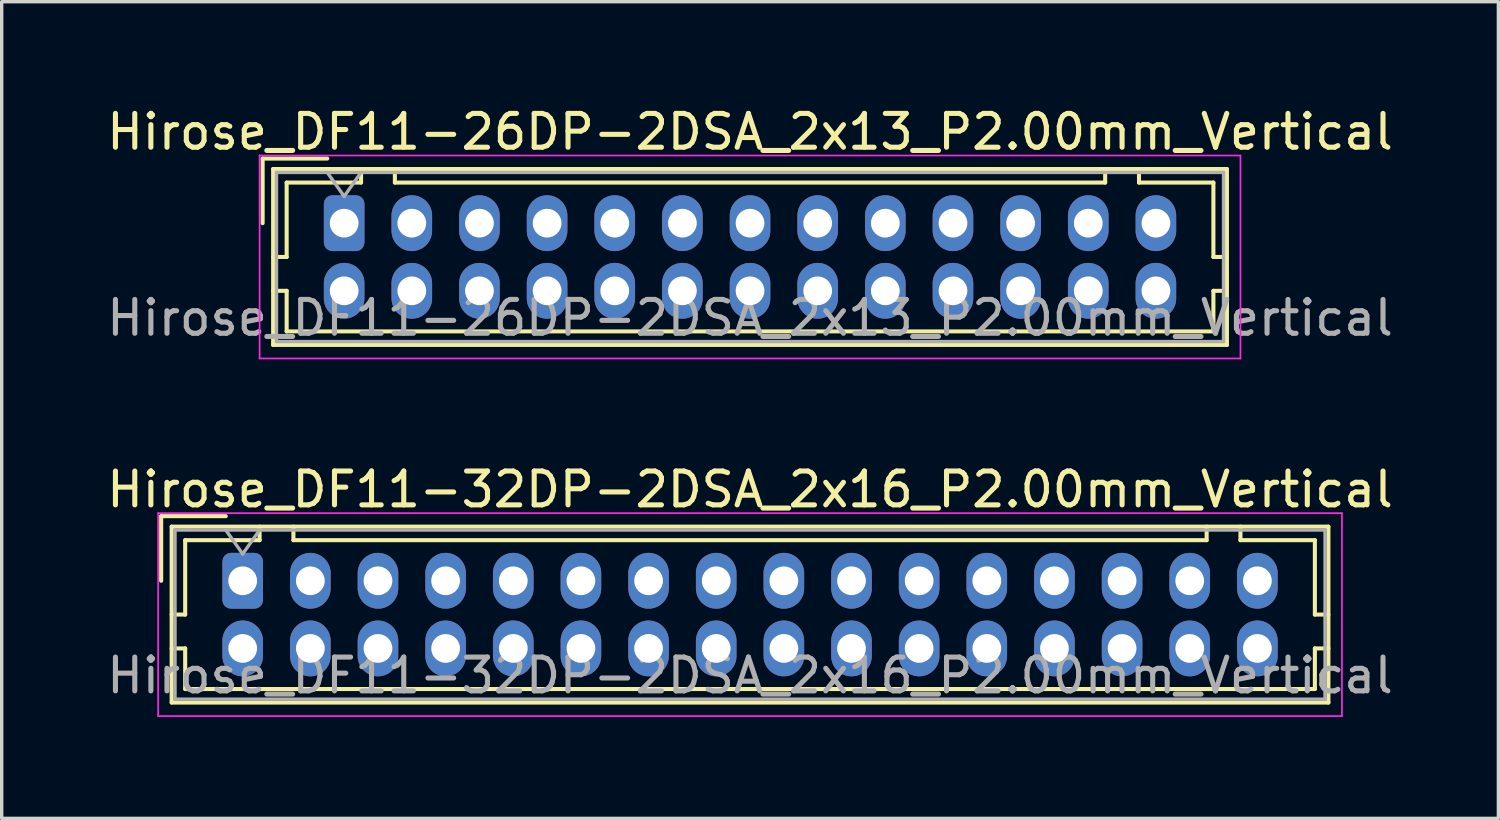
<source format=kicad_pcb>
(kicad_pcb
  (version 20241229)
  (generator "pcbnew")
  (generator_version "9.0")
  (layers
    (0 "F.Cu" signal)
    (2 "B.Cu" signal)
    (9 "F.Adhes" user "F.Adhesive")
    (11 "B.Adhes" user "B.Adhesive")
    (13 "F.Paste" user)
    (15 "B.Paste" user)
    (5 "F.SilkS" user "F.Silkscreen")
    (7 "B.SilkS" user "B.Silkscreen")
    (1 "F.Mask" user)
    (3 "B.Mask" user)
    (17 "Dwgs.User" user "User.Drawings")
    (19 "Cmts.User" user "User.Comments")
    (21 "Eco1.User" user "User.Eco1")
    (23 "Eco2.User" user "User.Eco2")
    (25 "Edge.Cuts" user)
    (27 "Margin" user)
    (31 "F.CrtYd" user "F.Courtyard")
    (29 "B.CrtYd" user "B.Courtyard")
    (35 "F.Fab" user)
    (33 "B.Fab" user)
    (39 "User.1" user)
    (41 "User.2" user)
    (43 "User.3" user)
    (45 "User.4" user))
  (footprint "Hirose_DF11-26DP-2DSA_2x13_P2.00mm_Vertical"
    (layer "F.Cu")
    (at 7.125 3.548)
    (property "Reference" "Hirose_DF11-26DP-2DSA_2x13_P2.00mm_Vertical" (at 12 -2.7 0) (layer "F.SilkS") (effects (font (size 1 1) (thickness 0.15))))
    (attr through_hole)
    (fp_line (start -2.41 -1.91) (end -0.5 -1.91) (stroke (width 0.12) (type solid)) (layer "F.SilkS"))
    (fp_line (start -2.41 0) (end -2.41 -1.91) (stroke (width 0.12) (type solid)) (layer "F.SilkS"))
    (fp_line (start -2.1 -1.6) (end -2.1 3.6) (stroke (width 0.12) (type solid)) (layer "F.SilkS"))
    (fp_line (start -2.1 1) (end -1.7 1) (stroke (width 0.12) (type solid)) (layer "F.SilkS"))
    (fp_line (start -2.1 2) (end -1.7 2) (stroke (width 0.12) (type solid)) (layer "F.SilkS"))
    (fp_line (start -2.1 3.6) (end 26.1 3.6) (stroke (width 0.12) (type solid)) (layer "F.SilkS"))
    (fp_line (start -1.7 -1.2) (end 0.5 -1.2) (stroke (width 0.12) (type solid)) (layer "F.SilkS"))
    (fp_line (start -1.7 1) (end -1.7 -1.2) (stroke (width 0.12) (type solid)) (layer "F.SilkS"))
    (fp_line (start -1.7 2) (end -1.7 3.2) (stroke (width 0.12) (type solid)) (layer "F.SilkS"))
    (fp_line (start -1.7 3.2) (end 25.7 3.2) (stroke (width 0.12) (type solid)) (layer "F.SilkS"))
    (fp_line (start 0.5 -1.2) (end 0.5 -1.6) (stroke (width 0.12) (type solid)) (layer "F.SilkS"))
    (fp_line (start 1.5 -1.6) (end 1.5 -1.2) (stroke (width 0.12) (type solid)) (layer "F.SilkS"))
    (fp_line (start 1.5 -1.2) (end 22.5 -1.2) (stroke (width 0.12) (type solid)) (layer "F.SilkS"))
    (fp_line (start 22.5 -1.2) (end 22.5 -1.6) (stroke (width 0.12) (type solid)) (layer "F.SilkS"))
    (fp_line (start 23.5 -1.2) (end 23.5 -1.6) (stroke (width 0.12) (type solid)) (layer "F.SilkS"))
    (fp_line (start 25.7 -1.2) (end 23.5 -1.2) (stroke (width 0.12) (type solid)) (layer "F.SilkS"))
    (fp_line (start 25.7 1) (end 25.7 -1.2) (stroke (width 0.12) (type solid)) (layer "F.SilkS"))
    (fp_line (start 25.7 2) (end 26.1 2) (stroke (width 0.12) (type solid)) (layer "F.SilkS"))
    (fp_line (start 25.7 3.2) (end 25.7 2) (stroke (width 0.12) (type solid)) (layer "F.SilkS"))
    (fp_line (start 26.1 -1.6) (end -2.1 -1.6) (stroke (width 0.12) (type solid)) (layer "F.SilkS"))
    (fp_line (start 26.1 1) (end 25.7 1) (stroke (width 0.12) (type solid)) (layer "F.SilkS"))
    (fp_line (start 26.1 3.6) (end 26.1 -1.6) (stroke (width 0.12) (type solid)) (layer "F.SilkS"))
    (fp_line (start -2.5 -2) (end -2.5 4) (stroke (width 0.05) (type solid)) (layer "F.CrtYd"))
    (fp_line (start -2.5 4) (end 26.5 4) (stroke (width 0.05) (type solid)) (layer "F.CrtYd"))
    (fp_line (start 26.5 -2) (end -2.5 -2) (stroke (width 0.05) (type solid)) (layer "F.CrtYd"))
    (fp_line (start 26.5 4) (end 26.5 -2) (stroke (width 0.05) (type solid)) (layer "F.CrtYd"))
    (fp_line (start -2 -1.5) (end -2 3.5) (stroke (width 0.1) (type solid)) (layer "F.Fab"))
    (fp_line (start -2 3.5) (end 26 3.5) (stroke (width 0.1) (type solid)) (layer "F.Fab"))
    (fp_line (start -0.5 -1.5) (end 0 -0.793) (stroke (width 0.1) (type solid)) (layer "F.Fab"))
    (fp_line (start 0 -0.793) (end 0.5 -1.5) (stroke (width 0.1) (type solid)) (layer "F.Fab"))
    (fp_line (start 26 -1.5) (end -2 -1.5) (stroke (width 0.1) (type solid)) (layer "F.Fab"))
    (fp_line (start 26 3.5) (end 26 -1.5) (stroke (width 0.1) (type solid)) (layer "F.Fab"))
    (fp_text user "${REFERENCE}" (at 12 2.8 0) (layer "F.Fab") (effects (font (size 1 1) (thickness 0.15))))
    (pad "1" thru_hole roundrect (at 0 0) (size 1.2 1.65) (drill 0.85) (layers "*.Cu" "*.Mask") (roundrect_rratio 0.208))
    (pad "2" thru_hole oval (at 0 2) (size 1.2 1.65) (drill 0.85) (layers "*.Cu" "*.Mask"))
    (pad "3" thru_hole oval (at 2 0) (size 1.2 1.65) (drill 0.85) (layers "*.Cu" "*.Mask"))
    (pad "4" thru_hole oval (at 2 2) (size 1.2 1.65) (drill 0.85) (layers "*.Cu" "*.Mask"))
    (pad "5" thru_hole oval (at 4 0) (size 1.2 1.65) (drill 0.85) (layers "*.Cu" "*.Mask"))
    (pad "6" thru_hole oval (at 4 2) (size 1.2 1.65) (drill 0.85) (layers "*.Cu" "*.Mask"))
    (pad "7" thru_hole oval (at 6 0) (size 1.2 1.65) (drill 0.85) (layers "*.Cu" "*.Mask"))
    (pad "8" thru_hole oval (at 6 2) (size 1.2 1.65) (drill 0.85) (layers "*.Cu" "*.Mask"))
    (pad "9" thru_hole oval (at 8 0) (size 1.2 1.65) (drill 0.85) (layers "*.Cu" "*.Mask"))
    (pad "10" thru_hole oval (at 8 2) (size 1.2 1.65) (drill 0.85) (layers "*.Cu" "*.Mask"))
    (pad "11" thru_hole oval (at 10 0) (size 1.2 1.65) (drill 0.85) (layers "*.Cu" "*.Mask"))
    (pad "12" thru_hole oval (at 10 2) (size 1.2 1.65) (drill 0.85) (layers "*.Cu" "*.Mask"))
    (pad "13" thru_hole oval (at 12 0) (size 1.2 1.65) (drill 0.85) (layers "*.Cu" "*.Mask"))
    (pad "14" thru_hole oval (at 12 2) (size 1.2 1.65) (drill 0.85) (layers "*.Cu" "*.Mask"))
    (pad "15" thru_hole oval (at 14 0) (size 1.2 1.65) (drill 0.85) (layers "*.Cu" "*.Mask"))
    (pad "16" thru_hole oval (at 14 2) (size 1.2 1.65) (drill 0.85) (layers "*.Cu" "*.Mask"))
    (pad "17" thru_hole oval (at 16 0) (size 1.2 1.65) (drill 0.85) (layers "*.Cu" "*.Mask"))
    (pad "18" thru_hole oval (at 16 2) (size 1.2 1.65) (drill 0.85) (layers "*.Cu" "*.Mask"))
    (pad "19" thru_hole oval (at 18 0) (size 1.2 1.65) (drill 0.85) (layers "*.Cu" "*.Mask"))
    (pad "20" thru_hole oval (at 18 2) (size 1.2 1.65) (drill 0.85) (layers "*.Cu" "*.Mask"))
    (pad "21" thru_hole oval (at 20 0) (size 1.2 1.65) (drill 0.85) (layers "*.Cu" "*.Mask"))
    (pad "22" thru_hole oval (at 20 2) (size 1.2 1.65) (drill 0.85) (layers "*.Cu" "*.Mask"))
    (pad "23" thru_hole oval (at 22 0) (size 1.2 1.65) (drill 0.85) (layers "*.Cu" "*.Mask"))
    (pad "24" thru_hole oval (at 22 2) (size 1.2 1.65) (drill 0.85) (layers "*.Cu" "*.Mask"))
    (pad "25" thru_hole oval (at 24 0) (size 1.2 1.65) (drill 0.85) (layers "*.Cu" "*.Mask"))
    (pad "26" thru_hole oval (at 24 2) (size 1.2 1.65) (drill 0.85) (layers "*.Cu" "*.Mask")))
  (footprint "Hirose_DF11-32DP-2DSA_2x16_P2.00mm_Vertical"
    (layer "F.Cu")
    (at 4.125 14.121)
    (property "Reference" "Hirose_DF11-32DP-2DSA_2x16_P2.00mm_Vertical" (at 15 -2.7 0) (layer "F.SilkS") (effects (font (size 1 1) (thickness 0.15))))
    (attr through_hole)
    (fp_line (start -2.41 -1.91) (end -0.5 -1.91) (stroke (width 0.12) (type solid)) (layer "F.SilkS"))
    (fp_line (start -2.41 0) (end -2.41 -1.91) (stroke (width 0.12) (type solid)) (layer "F.SilkS"))
    (fp_line (start -2.1 -1.6) (end -2.1 3.6) (stroke (width 0.12) (type solid)) (layer "F.SilkS"))
    (fp_line (start -2.1 1) (end -1.7 1) (stroke (width 0.12) (type solid)) (layer "F.SilkS"))
    (fp_line (start -2.1 2) (end -1.7 2) (stroke (width 0.12) (type solid)) (layer "F.SilkS"))
    (fp_line (start -2.1 3.6) (end 32.1 3.6) (stroke (width 0.12) (type solid)) (layer "F.SilkS"))
    (fp_line (start -1.7 -1.2) (end 0.5 -1.2) (stroke (width 0.12) (type solid)) (layer "F.SilkS"))
    (fp_line (start -1.7 1) (end -1.7 -1.2) (stroke (width 0.12) (type solid)) (layer "F.SilkS"))
    (fp_line (start -1.7 2) (end -1.7 3.2) (stroke (width 0.12) (type solid)) (layer "F.SilkS"))
    (fp_line (start -1.7 3.2) (end 31.7 3.2) (stroke (width 0.12) (type solid)) (layer "F.SilkS"))
    (fp_line (start 0.5 -1.2) (end 0.5 -1.6) (stroke (width 0.12) (type solid)) (layer "F.SilkS"))
    (fp_line (start 1.5 -1.6) (end 1.5 -1.2) (stroke (width 0.12) (type solid)) (layer "F.SilkS"))
    (fp_line (start 1.5 -1.2) (end 28.5 -1.2) (stroke (width 0.12) (type solid)) (layer "F.SilkS"))
    (fp_line (start 28.5 -1.2) (end 28.5 -1.6) (stroke (width 0.12) (type solid)) (layer "F.SilkS"))
    (fp_line (start 29.5 -1.2) (end 29.5 -1.6) (stroke (width 0.12) (type solid)) (layer "F.SilkS"))
    (fp_line (start 31.7 -1.2) (end 29.5 -1.2) (stroke (width 0.12) (type solid)) (layer "F.SilkS"))
    (fp_line (start 31.7 1) (end 31.7 -1.2) (stroke (width 0.12) (type solid)) (layer "F.SilkS"))
    (fp_line (start 31.7 2) (end 32.1 2) (stroke (width 0.12) (type solid)) (layer "F.SilkS"))
    (fp_line (start 31.7 3.2) (end 31.7 2) (stroke (width 0.12) (type solid)) (layer "F.SilkS"))
    (fp_line (start 32.1 -1.6) (end -2.1 -1.6) (stroke (width 0.12) (type solid)) (layer "F.SilkS"))
    (fp_line (start 32.1 1) (end 31.7 1) (stroke (width 0.12) (type solid)) (layer "F.SilkS"))
    (fp_line (start 32.1 3.6) (end 32.1 -1.6) (stroke (width 0.12) (type solid)) (layer "F.SilkS"))
    (fp_line (start -2.5 -2) (end -2.5 4) (stroke (width 0.05) (type solid)) (layer "F.CrtYd"))
    (fp_line (start -2.5 4) (end 32.5 4) (stroke (width 0.05) (type solid)) (layer "F.CrtYd"))
    (fp_line (start 32.5 -2) (end -2.5 -2) (stroke (width 0.05) (type solid)) (layer "F.CrtYd"))
    (fp_line (start 32.5 4) (end 32.5 -2) (stroke (width 0.05) (type solid)) (layer "F.CrtYd"))
    (fp_line (start -2 -1.5) (end -2 3.5) (stroke (width 0.1) (type solid)) (layer "F.Fab"))
    (fp_line (start -2 3.5) (end 32 3.5) (stroke (width 0.1) (type solid)) (layer "F.Fab"))
    (fp_line (start -0.5 -1.5) (end 0 -0.793) (stroke (width 0.1) (type solid)) (layer "F.Fab"))
    (fp_line (start 0 -0.793) (end 0.5 -1.5) (stroke (width 0.1) (type solid)) (layer "F.Fab"))
    (fp_line (start 32 -1.5) (end -2 -1.5) (stroke (width 0.1) (type solid)) (layer "F.Fab"))
    (fp_line (start 32 3.5) (end 32 -1.5) (stroke (width 0.1) (type solid)) (layer "F.Fab"))
    (fp_text user "${REFERENCE}" (at 15 2.8 0) (layer "F.Fab") (effects (font (size 1 1) (thickness 0.15))))
    (pad "1" thru_hole roundrect (at 0 0) (size 1.2 1.65) (drill 0.85) (layers "*.Cu" "*.Mask") (roundrect_rratio 0.208))
    (pad "2" thru_hole oval (at 0 2) (size 1.2 1.65) (drill 0.85) (layers "*.Cu" "*.Mask"))
    (pad "3" thru_hole oval (at 2 0) (size 1.2 1.65) (drill 0.85) (layers "*.Cu" "*.Mask"))
    (pad "4" thru_hole oval (at 2 2) (size 1.2 1.65) (drill 0.85) (layers "*.Cu" "*.Mask"))
    (pad "5" thru_hole oval (at 4 0) (size 1.2 1.65) (drill 0.85) (layers "*.Cu" "*.Mask"))
    (pad "6" thru_hole oval (at 4 2) (size 1.2 1.65) (drill 0.85) (layers "*.Cu" "*.Mask"))
    (pad "7" thru_hole oval (at 6 0) (size 1.2 1.65) (drill 0.85) (layers "*.Cu" "*.Mask"))
    (pad "8" thru_hole oval (at 6 2) (size 1.2 1.65) (drill 0.85) (layers "*.Cu" "*.Mask"))
    (pad "9" thru_hole oval (at 8 0) (size 1.2 1.65) (drill 0.85) (layers "*.Cu" "*.Mask"))
    (pad "10" thru_hole oval (at 8 2) (size 1.2 1.65) (drill 0.85) (layers "*.Cu" "*.Mask"))
    (pad "11" thru_hole oval (at 10 0) (size 1.2 1.65) (drill 0.85) (layers "*.Cu" "*.Mask"))
    (pad "12" thru_hole oval (at 10 2) (size 1.2 1.65) (drill 0.85) (layers "*.Cu" "*.Mask"))
    (pad "13" thru_hole oval (at 12 0) (size 1.2 1.65) (drill 0.85) (layers "*.Cu" "*.Mask"))
    (pad "14" thru_hole oval (at 12 2) (size 1.2 1.65) (drill 0.85) (layers "*.Cu" "*.Mask"))
    (pad "15" thru_hole oval (at 14 0) (size 1.2 1.65) (drill 0.85) (layers "*.Cu" "*.Mask"))
    (pad "16" thru_hole oval (at 14 2) (size 1.2 1.65) (drill 0.85) (layers "*.Cu" "*.Mask"))
    (pad "17" thru_hole oval (at 16 0) (size 1.2 1.65) (drill 0.85) (layers "*.Cu" "*.Mask"))
    (pad "18" thru_hole oval (at 16 2) (size 1.2 1.65) (drill 0.85) (layers "*.Cu" "*.Mask"))
    (pad "19" thru_hole oval (at 18 0) (size 1.2 1.65) (drill 0.85) (layers "*.Cu" "*.Mask"))
    (pad "20" thru_hole oval (at 18 2) (size 1.2 1.65) (drill 0.85) (layers "*.Cu" "*.Mask"))
    (pad "21" thru_hole oval (at 20 0) (size 1.2 1.65) (drill 0.85) (layers "*.Cu" "*.Mask"))
    (pad "22" thru_hole oval (at 20 2) (size 1.2 1.65) (drill 0.85) (layers "*.Cu" "*.Mask"))
    (pad "23" thru_hole oval (at 22 0) (size 1.2 1.65) (drill 0.85) (layers "*.Cu" "*.Mask"))
    (pad "24" thru_hole oval (at 22 2) (size 1.2 1.65) (drill 0.85) (layers "*.Cu" "*.Mask"))
    (pad "25" thru_hole oval (at 24 0) (size 1.2 1.65) (drill 0.85) (layers "*.Cu" "*.Mask"))
    (pad "26" thru_hole oval (at 24 2) (size 1.2 1.65) (drill 0.85) (layers "*.Cu" "*.Mask"))
    (pad "27" thru_hole oval (at 26 0) (size 1.2 1.65) (drill 0.85) (layers "*.Cu" "*.Mask"))
    (pad "28" thru_hole oval (at 26 2) (size 1.2 1.65) (drill 0.85) (layers "*.Cu" "*.Mask"))
    (pad "29" thru_hole oval (at 28 0) (size 1.2 1.65) (drill 0.85) (layers "*.Cu" "*.Mask"))
    (pad "30" thru_hole oval (at 28 2) (size 1.2 1.65) (drill 0.85) (layers "*.Cu" "*.Mask"))
    (pad "31" thru_hole oval (at 30 0) (size 1.2 1.65) (drill 0.85) (layers "*.Cu" "*.Mask"))
    (pad "32" thru_hole oval (at 30 2) (size 1.2 1.65) (drill 0.85) (layers "*.Cu" "*.Mask")))
  (gr_rect
    (start -3 -3)
    (end 41.25 21.146)
    (stroke (width 0.1) (type default))
    (fill no)
    (layer "Edge.Cuts")))
</source>
